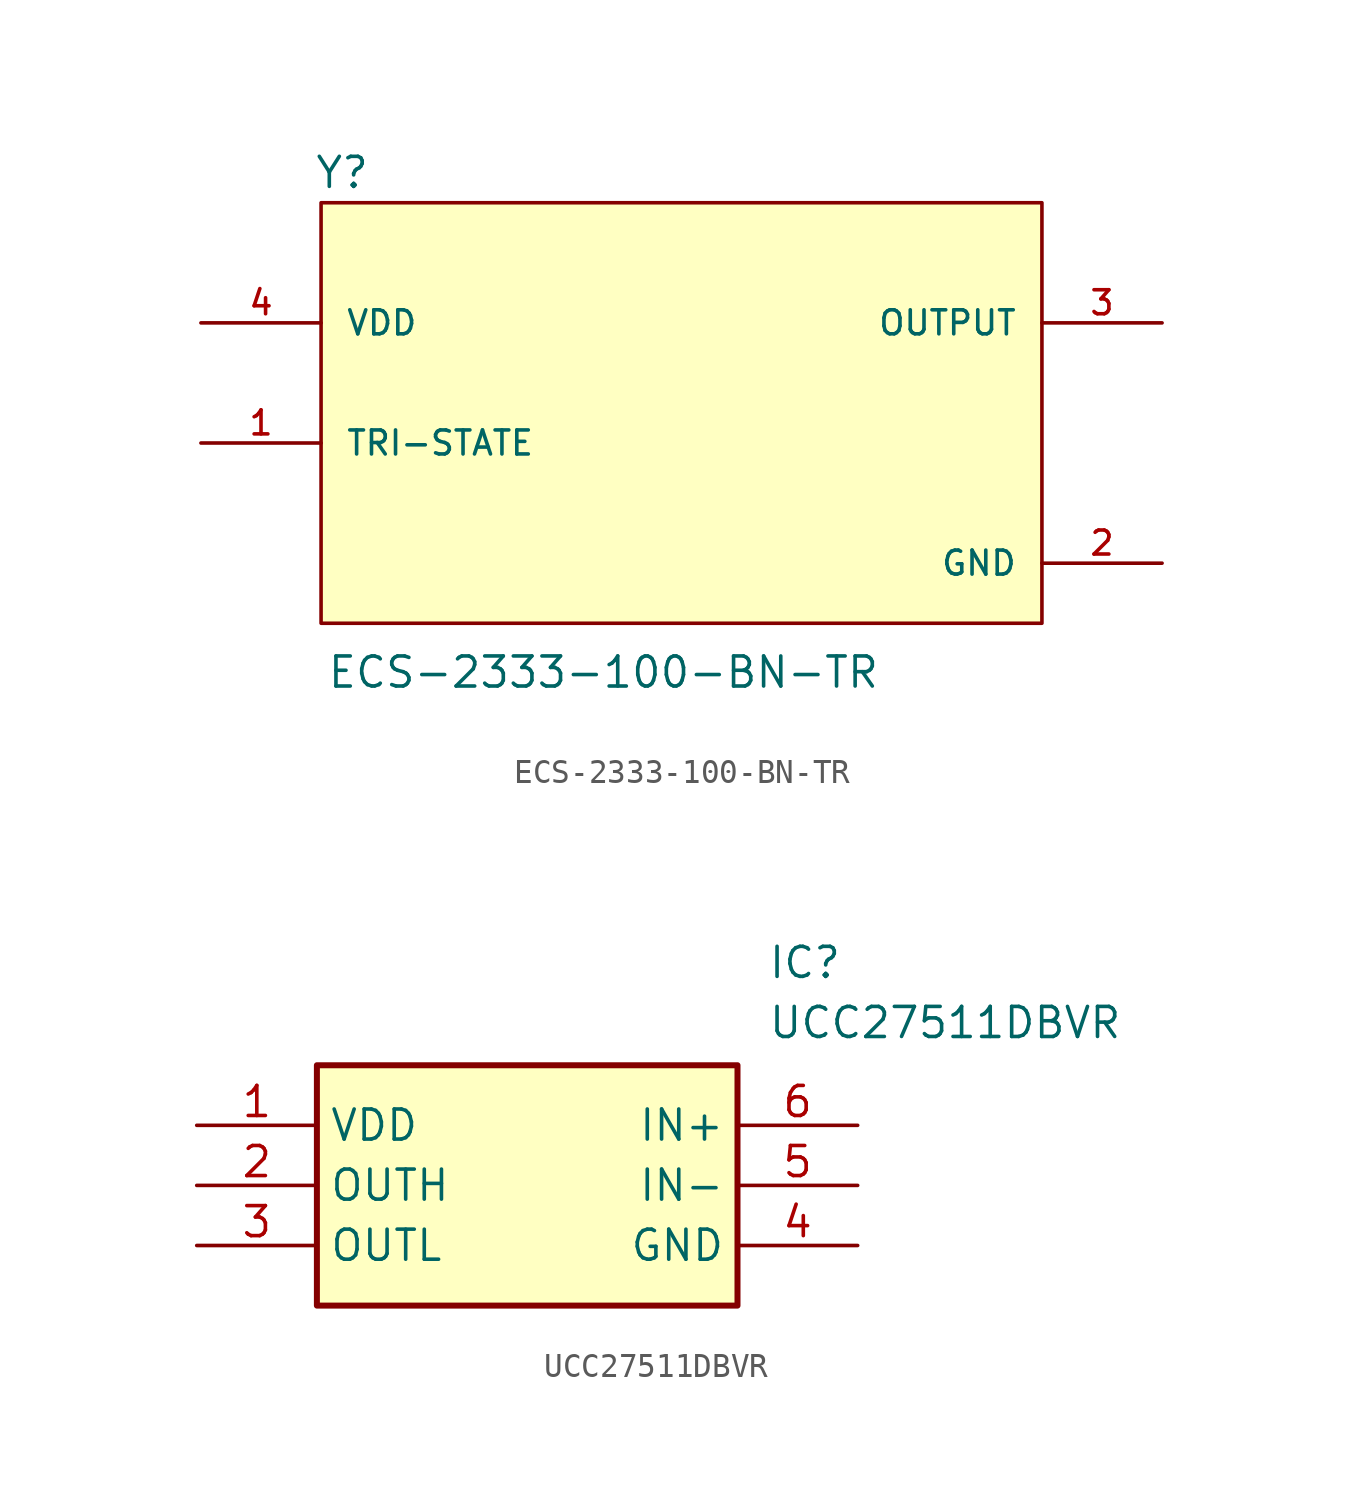
<source format=kicad_sym>
(kicad_symbol_lib
  (version 20231120)
  (generator "kicad_symbol_editor")
  (generator_version "8.0")
  (symbol "ECS-2333-100-BN-TR"
    (pin_names
      (offset 1.016))
    (property "Reference" "Y"
      (at -15.536 8.15 0)
      (effects (font (size 1.27 1.27)) (justify left bottom)))
    (property "Value" "ECS-2333-100-BN-TR"
      (at -15.013 -12.977 0)
      (effects (font (size 1.27 1.27)) (justify left bottom)))
    (symbol "ECS-2333-100-BN-TR_0_0"
      (rectangle (start -15.24 -10.16) (end 15.24 7.62) (stroke (width 0.152) (type default)) (fill (type background)))
      (pin input line (at -20.32 -2.54 0) (length 5.08) (name "TRI-STATE" (effects (font (size 1.016 1.016)))) (number "1" (effects (font (size 1.016 1.016)))))
      (pin power_in line (at 20.32 -7.62 180) (length 5.08) (name "GND" (effects (font (size 1.016 1.016)))) (number "2" (effects (font (size 1.016 1.016)))))
      (pin output line (at 20.32 2.54 180) (length 5.08) (name "OUTPUT" (effects (font (size 1.016 1.016)))) (number "3" (effects (font (size 1.016 1.016)))))
      (pin input line (at -20.32 2.54 0) (length 5.08) (name "VDD" (effects (font (size 1.016 1.016)))) (number "4" (effects (font (size 1.016 1.016)))))))
  (symbol "UCC27511DBVR"
    (property "Reference" "IC"
      (at 24.13 7.62 0)
      (effects (font (size 1.27 1.27)) (justify left top)))
    (property "Value" "UCC27511DBVR"
      (at 24.13 5.08 0)
      (effects (font (size 1.27 1.27)) (justify left top)))
    (symbol "UCC27511DBVR_1_1"
      (rectangle (start 5.08 2.54) (end 22.86 -7.62) (stroke (width 0.254) (type default)) (fill (type background)))
      (pin passive line (at 0 0 0) (length 5.08) (name "VDD" (effects (font (size 1.27 1.27)))) (number "1" (effects (font (size 1.27 1.27)))))
      (pin passive line (at 0 -2.54 0) (length 5.08) (name "OUTH" (effects (font (size 1.27 1.27)))) (number "2" (effects (font (size 1.27 1.27)))))
      (pin passive line (at 0 -5.08 0) (length 5.08) (name "OUTL" (effects (font (size 1.27 1.27)))) (number "3" (effects (font (size 1.27 1.27)))))
      (pin passive line (at 27.94 -5.08 180) (length 5.08) (name "GND" (effects (font (size 1.27 1.27)))) (number "4" (effects (font (size 1.27 1.27)))))
      (pin passive line (at 27.94 -2.54 180) (length 5.08) (name "IN-" (effects (font (size 1.27 1.27)))) (number "5" (effects (font (size 1.27 1.27)))))
      (pin passive line (at 27.94 0 180) (length 5.08) (name "IN+" (effects (font (size 1.27 1.27)))) (number "6" (effects (font (size 1.27 1.27))))))))
</source>
